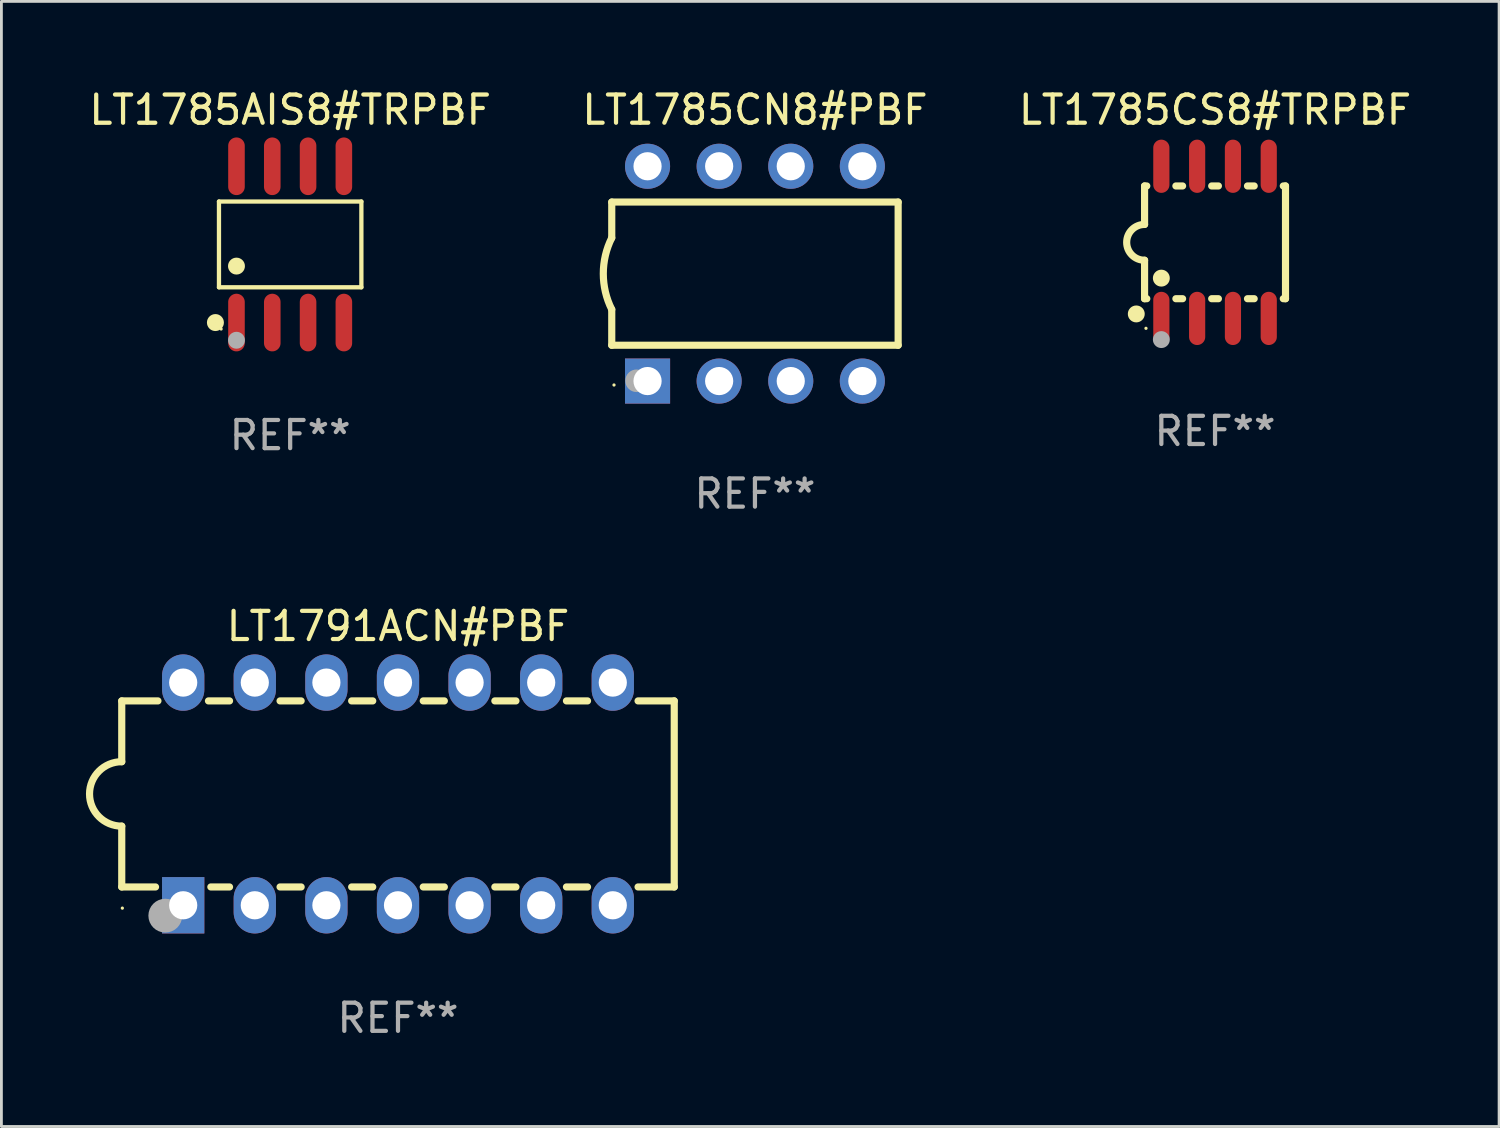
<source format=kicad_pcb>
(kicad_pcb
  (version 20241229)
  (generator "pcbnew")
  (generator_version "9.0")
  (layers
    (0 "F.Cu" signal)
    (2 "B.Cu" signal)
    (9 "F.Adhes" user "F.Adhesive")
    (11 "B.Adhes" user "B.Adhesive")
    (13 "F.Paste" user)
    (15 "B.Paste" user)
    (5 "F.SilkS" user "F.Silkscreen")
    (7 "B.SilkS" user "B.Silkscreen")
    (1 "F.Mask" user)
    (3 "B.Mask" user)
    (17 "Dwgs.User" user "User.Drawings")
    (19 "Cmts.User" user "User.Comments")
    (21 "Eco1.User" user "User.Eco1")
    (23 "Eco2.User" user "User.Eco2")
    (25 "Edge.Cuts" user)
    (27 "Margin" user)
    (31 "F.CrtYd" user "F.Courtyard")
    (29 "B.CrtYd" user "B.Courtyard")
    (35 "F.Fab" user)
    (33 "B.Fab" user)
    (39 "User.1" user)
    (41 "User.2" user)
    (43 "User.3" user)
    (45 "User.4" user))
  (footprint "LT1785CS8#TRPBF"
    (layer "F.Cu")
    (at 40.054 5.547)
    (property "Reference" "LT1785CS8#TRPBF" (at 0 -4.699 0) (layer "F.SilkS") (effects (font (size 1 1) (thickness 0.15))))
    (attr through_hole)
    (fp_line (start -2.5 -2) (end -2.5 -0.635) (stroke (width 0.254) (type solid)) (layer "F.SilkS"))
    (fp_line (start -2.5 -2) (end -2.421 -2) (stroke (width 0.254) (type solid)) (layer "F.SilkS"))
    (fp_line (start -2.5 2) (end -2.5 0.635) (stroke (width 0.254) (type solid)) (layer "F.SilkS"))
    (fp_line (start -2.5 2) (end -2.421 2) (stroke (width 0.254) (type solid)) (layer "F.SilkS"))
    (fp_line (start -1.389 -2) (end -1.151 -2) (stroke (width 0.254) (type solid)) (layer "F.SilkS"))
    (fp_line (start -1.389 2) (end -1.151 2) (stroke (width 0.254) (type solid)) (layer "F.SilkS"))
    (fp_line (start -0.119 -2) (end 0.119 -2) (stroke (width 0.254) (type solid)) (layer "F.SilkS"))
    (fp_line (start -0.119 2) (end 0.119 2) (stroke (width 0.254) (type solid)) (layer "F.SilkS"))
    (fp_line (start 1.151 -2) (end 1.389 -2) (stroke (width 0.254) (type solid)) (layer "F.SilkS"))
    (fp_line (start 1.151 2) (end 1.389 2) (stroke (width 0.254) (type solid)) (layer "F.SilkS"))
    (fp_line (start 2.421 -2) (end 2.5 -2) (stroke (width 0.254) (type solid)) (layer "F.SilkS"))
    (fp_line (start 2.421 2) (end 2.5 2) (stroke (width 0.254) (type solid)) (layer "F.SilkS"))
    (fp_line (start 2.5 -2) (end 2.5 2) (stroke (width 0.254) (type solid)) (layer "F.SilkS"))
    (fp_arc (start -2.5 0.635001) (mid -3.134366 -0.000318) (end -2.499365 -0.635001) (stroke (width 0.254001) (type solid)) (layer "F.SilkS"))
    (fp_circle (center -2.794 2.54) (end -2.644 2.54) (stroke (width 0.3) (type solid)) (fill no) (layer "F.SilkS"))
    (fp_circle (center -2.45 3.05) (end -2.42 3.05) (stroke (width 0.06) (type solid)) (fill no) (layer "F.SilkS"))
    (fp_circle (center -1.905 1.27) (end -1.755 1.27) (stroke (width 0.3) (type solid)) (fill no) (layer "F.SilkS"))
    (fp_circle (center -1.905 3.45) (end -1.755 3.45) (stroke (width 0.3) (type solid)) (fill no) (layer "F.Fab"))
    (fp_text user "REF**" (at 0 6.699 0) (layer "F.Fab") (effects (font (size 1 1) (thickness 0.15))))
    (pad "1" smd oval (at -1.905 2.699) (size 0.574 1.888) (layers "F.Cu" "F.Mask" "F.Paste"))
    (pad "2" smd oval (at -0.635 2.699) (size 0.574 1.888) (layers "F.Cu" "F.Mask" "F.Paste"))
    (pad "3" smd oval (at 0.635 2.699) (size 0.574 1.888) (layers "F.Cu" "F.Mask" "F.Paste"))
    (pad "4" smd oval (at 1.905 2.699) (size 0.574 1.888) (layers "F.Cu" "F.Mask" "F.Paste"))
    (pad "5" smd oval (at 1.905 -2.699) (size 0.574 1.888) (layers "F.Cu" "F.Mask" "F.Paste"))
    (pad "6" smd oval (at 0.635 -2.699) (size 0.574 1.888) (layers "F.Cu" "F.Mask" "F.Paste"))
    (pad "7" smd oval (at -0.635 -2.699) (size 0.574 1.888) (layers "F.Cu" "F.Mask" "F.Paste"))
    (pad "8" smd oval (at -1.905 -2.699) (size 0.574 1.888) (layers "F.Cu" "F.Mask" "F.Paste")))
  (footprint "LT1791ACN#PBF"
    (layer "F.Cu")
    (at 11.069 25.115)
    (property "Reference" "LT1791ACN#PBF" (at 0 -5.95 0) (layer "F.SilkS") (effects (font (size 1 1) (thickness 0.15))))
    (attr through_hole)
    (fp_line (start -9.8 -3.3) (end -9.8 -1.143) (stroke (width 0.254) (type solid)) (layer "F.SilkS"))
    (fp_line (start -9.8 -3.3) (end -8.516 -3.3) (stroke (width 0.254) (type solid)) (layer "F.SilkS"))
    (fp_line (start -9.8 3.3) (end -9.8 1.143) (stroke (width 0.254) (type solid)) (layer "F.SilkS"))
    (fp_line (start -8.601 3.3) (end -9.8 3.3) (stroke (width 0.254) (type solid)) (layer "F.SilkS"))
    (fp_line (start -6.724 -3.3) (end -5.976 -3.3) (stroke (width 0.254) (type solid)) (layer "F.SilkS"))
    (fp_line (start -5.976 3.3) (end -6.639 3.3) (stroke (width 0.254) (type solid)) (layer "F.SilkS"))
    (fp_line (start -4.184 -3.3) (end -3.436 -3.3) (stroke (width 0.254) (type solid)) (layer "F.SilkS"))
    (fp_line (start -3.436 3.3) (end -4.184 3.3) (stroke (width 0.254) (type solid)) (layer "F.SilkS"))
    (fp_line (start -1.644 -3.3) (end -0.896 -3.3) (stroke (width 0.254) (type solid)) (layer "F.SilkS"))
    (fp_line (start -0.896 3.3) (end -1.644 3.3) (stroke (width 0.254) (type solid)) (layer "F.SilkS"))
    (fp_line (start 0.896 -3.3) (end 1.644 -3.3) (stroke (width 0.254) (type solid)) (layer "F.SilkS"))
    (fp_line (start 1.644 3.3) (end 0.896 3.3) (stroke (width 0.254) (type solid)) (layer "F.SilkS"))
    (fp_line (start 3.436 -3.3) (end 4.184 -3.3) (stroke (width 0.254) (type solid)) (layer "F.SilkS"))
    (fp_line (start 4.184 3.3) (end 3.436 3.3) (stroke (width 0.254) (type solid)) (layer "F.SilkS"))
    (fp_line (start 5.976 -3.3) (end 6.724 -3.3) (stroke (width 0.254) (type solid)) (layer "F.SilkS"))
    (fp_line (start 6.724 3.3) (end 5.976 3.3) (stroke (width 0.254) (type solid)) (layer "F.SilkS"))
    (fp_line (start 8.516 -3.3) (end 9.8 -3.3) (stroke (width 0.254) (type solid)) (layer "F.SilkS"))
    (fp_line (start 9.8 -3.3) (end 9.8 3.3) (stroke (width 0.254) (type solid)) (layer "F.SilkS"))
    (fp_line (start 9.8 3.3) (end 8.516 3.3) (stroke (width 0.254) (type solid)) (layer "F.SilkS"))
    (fp_arc (start -9.800038 1.143002) (mid -10.942354 -0.000343) (end -9.799352 -1.143002) (stroke (width 0.254001) (type solid)) (layer "F.SilkS"))
    (fp_circle (center -9.779 4.051) (end -9.749 4.051) (stroke (width 0.06) (type solid)) (fill no) (layer "F.SilkS"))
    (fp_circle (center -8.255 4.318) (end -7.955 4.318) (stroke (width 0.6) (type solid)) (fill no) (layer "F.Fab"))
    (fp_text user "REF**" (at 0 7.95 0) (layer "F.Fab") (effects (font (size 1 1) (thickness 0.15))))
    (pad "1" thru_hole rect (at -7.62 3.95 90) (size 2 1.5) (drill 1) (layers "*.Cu" "*.Mask"))
    (pad "2" thru_hole oval (at -5.08 3.95 90) (size 2 1.5) (drill 1) (layers "*.Cu" "*.Mask"))
    (pad "3" thru_hole oval (at -2.54 3.95 90) (size 2 1.5) (drill 1) (layers "*.Cu" "*.Mask"))
    (pad "4" thru_hole oval (at -0.000013 3.95 90) (size 2 1.5) (drill 1) (layers "*.Cu" "*.Mask"))
    (pad "5" thru_hole oval (at 2.54 3.95 90) (size 2 1.5) (drill 1) (layers "*.Cu" "*.Mask"))
    (pad "6" thru_hole oval (at 5.08 3.95 90) (size 2 1.5) (drill 1) (layers "*.Cu" "*.Mask"))
    (pad "7" thru_hole oval (at 7.62 3.95 90) (size 2 1.5) (drill 1) (layers "*.Cu" "*.Mask"))
    (pad "8" thru_hole oval (at 7.62 -3.95 90) (size 2 1.5) (drill 1) (layers "*.Cu" "*.Mask"))
    (pad "9" thru_hole oval (at 5.08 -3.95 90) (size 2 1.5) (drill 1) (layers "*.Cu" "*.Mask"))
    (pad "10" thru_hole oval (at 2.54 -3.95 90) (size 2 1.5) (drill 1) (layers "*.Cu" "*.Mask"))
    (pad "11" thru_hole oval (at -0.000013 -3.95 90) (size 2 1.5) (drill 1) (layers "*.Cu" "*.Mask"))
    (pad "12" thru_hole oval (at -2.54 -3.95 90) (size 2 1.5) (drill 1) (layers "*.Cu" "*.Mask"))
    (pad "13" thru_hole oval (at -5.08 -3.95 90) (size 2 1.5) (drill 1) (layers "*.Cu" "*.Mask"))
    (pad "14" thru_hole oval (at -7.62 -3.95 90) (size 2 1.5) (drill 1) (layers "*.Cu" "*.Mask")))
  (footprint "LT1785CN8#PBF"
    (layer "F.Cu")
    (at 23.732 6.658)
    (property "Reference" "LT1785CN8#PBF" (at 0 -5.81 0) (layer "F.SilkS") (effects (font (size 1 1) (thickness 0.15))))
    (attr through_hole)
    (fp_line (start -5.08 -1.27) (end -5.08 -2.54) (stroke (width 0.254) (type solid)) (layer "F.SilkS"))
    (fp_line (start -5.08 2.54) (end -5.08 1.27) (stroke (width 0.254) (type solid)) (layer "F.SilkS"))
    (fp_line (start 5.08 -2.54) (end -5.08 -2.54) (stroke (width 0.254) (type solid)) (layer "F.SilkS"))
    (fp_line (start 5.08 2.54) (end -5.08 2.54) (stroke (width 0.254) (type solid)) (layer "F.SilkS"))
    (fp_line (start 5.08 2.54) (end 5.08 -2.54) (stroke (width 0.254) (type solid)) (layer "F.SilkS"))
    (fp_arc (start -5.080011 1.270002) (mid -5.379818 -0.000001) (end -5.08001 -1.270003) (stroke (width 0.254001) (type solid)) (layer "F.SilkS"))
    (fp_circle (center -5 3.95) (end -4.97 3.95) (stroke (width 0.06) (type solid)) (fill no) (layer "F.SilkS"))
    (fp_circle (center -4.2 3.8) (end -4 3.8) (stroke (width 0.4) (type solid)) (fill no) (layer "F.Fab"))
    (fp_text user "REF**" (at 0 7.81 0) (layer "F.Fab") (effects (font (size 1 1) (thickness 0.15))))
    (pad "1" thru_hole rect (at -3.81 3.81) (size 1.6 1.6) (drill 1) (layers "*.Cu" "*.Mask"))
    (pad "2" thru_hole circle (at -1.27 3.81) (size 1.6 1.6) (drill 1) (layers "*.Cu" "*.Mask"))
    (pad "3" thru_hole circle (at 1.27 3.81) (size 1.6 1.6) (drill 1) (layers "*.Cu" "*.Mask"))
    (pad "4" thru_hole circle (at 3.81 3.81) (size 1.6 1.6) (drill 1) (layers "*.Cu" "*.Mask"))
    (pad "5" thru_hole circle (at 3.81 -3.81) (size 1.6 1.6) (drill 1) (layers "*.Cu" "*.Mask"))
    (pad "6" thru_hole circle (at 1.27 -3.81) (size 1.6 1.6) (drill 1) (layers "*.Cu" "*.Mask"))
    (pad "7" thru_hole circle (at -1.27 -3.81) (size 1.6 1.6) (drill 1) (layers "*.Cu" "*.Mask"))
    (pad "8" thru_hole circle (at -3.81 -3.81) (size 1.6 1.6) (drill 1) (layers "*.Cu" "*.Mask")))
  (footprint "LT1785AIS8#TRPBF"
    (layer "F.Cu")
    (at 7.244 5.621)
    (property "Reference" "LT1785AIS8#TRPBF" (at 0 -4.772 0) (layer "F.SilkS") (effects (font (size 1 1) (thickness 0.15))))
    (attr through_hole)
    (fp_line (start -2.526 -1.521) (end 2.526 -1.521) (stroke (width 0.152) (type solid)) (layer "F.SilkS"))
    (fp_line (start -2.526 1.521) (end -2.526 -1.521) (stroke (width 0.152) (type solid)) (layer "F.SilkS"))
    (fp_line (start 2.526 -1.521) (end 2.526 1.521) (stroke (width 0.152) (type solid)) (layer "F.SilkS"))
    (fp_line (start 2.526 1.521) (end -2.526 1.521) (stroke (width 0.152) (type solid)) (layer "F.SilkS"))
    (fp_circle (center -2.652 2.772) (end -2.501 2.772) (stroke (width 0.3) (type solid)) (fill no) (layer "F.SilkS"))
    (fp_circle (center -2.45 3) (end -2.42 3) (stroke (width 0.06) (type solid)) (fill no) (layer "F.SilkS"))
    (fp_circle (center -1.905 0.769) (end -1.755 0.769) (stroke (width 0.3) (type solid)) (fill no) (layer "F.SilkS"))
    (fp_circle (center -1.905 3.4) (end -1.755 3.4) (stroke (width 0.3) (type solid)) (fill no) (layer "F.Fab"))
    (fp_text user "REF**" (at 0 6.772 0) (layer "F.Fab") (effects (font (size 1 1) (thickness 0.15))))
    (pad "1" smd oval (at -1.905 2.772) (size 0.588 2.045) (layers "F.Cu" "F.Mask" "F.Paste"))
    (pad "2" smd oval (at -0.635 2.772) (size 0.588 2.045) (layers "F.Cu" "F.Mask" "F.Paste"))
    (pad "3" smd oval (at 0.635 2.772) (size 0.588 2.045) (layers "F.Cu" "F.Mask" "F.Paste"))
    (pad "4" smd oval (at 1.905 2.772) (size 0.588 2.045) (layers "F.Cu" "F.Mask" "F.Paste"))
    (pad "5" smd oval (at 1.905 -2.772) (size 0.588 2.045) (layers "F.Cu" "F.Mask" "F.Paste"))
    (pad "6" smd oval (at 0.635 -2.772) (size 0.588 2.045) (layers "F.Cu" "F.Mask" "F.Paste"))
    (pad "7" smd oval (at -0.635 -2.772) (size 0.588 2.045) (layers "F.Cu" "F.Mask" "F.Paste"))
    (pad "8" smd oval (at -1.905 -2.772) (size 0.588 2.045) (layers "F.Cu" "F.Mask" "F.Paste")))
  (gr_rect
    (start -3 -3)
    (end 50.131 36.913)
    (stroke (width 0.1) (type default))
    (fill no)
    (layer "Edge.Cuts")))
</source>
